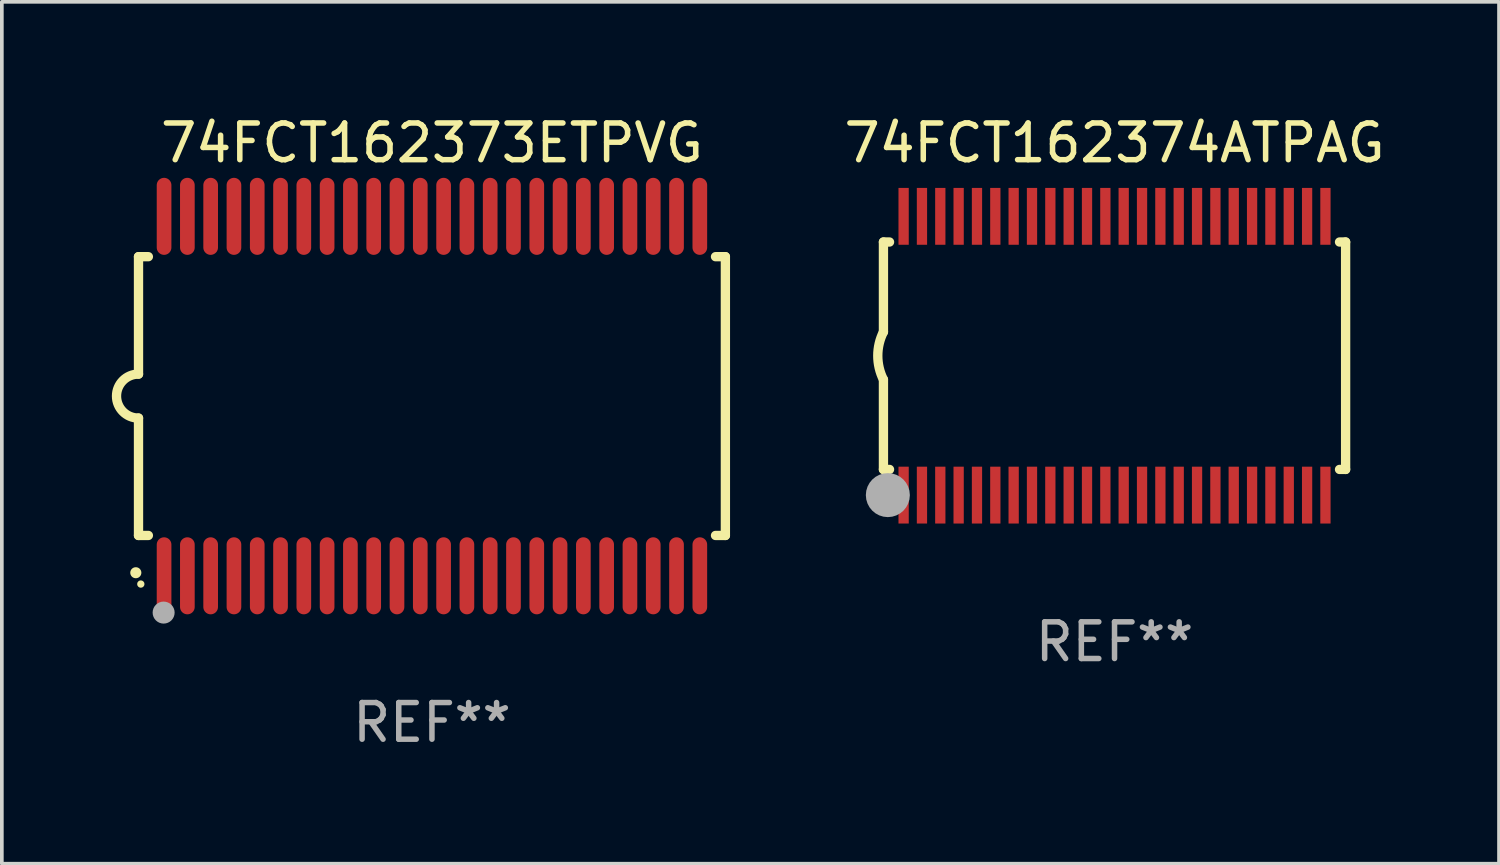
<source format=kicad_pcb>
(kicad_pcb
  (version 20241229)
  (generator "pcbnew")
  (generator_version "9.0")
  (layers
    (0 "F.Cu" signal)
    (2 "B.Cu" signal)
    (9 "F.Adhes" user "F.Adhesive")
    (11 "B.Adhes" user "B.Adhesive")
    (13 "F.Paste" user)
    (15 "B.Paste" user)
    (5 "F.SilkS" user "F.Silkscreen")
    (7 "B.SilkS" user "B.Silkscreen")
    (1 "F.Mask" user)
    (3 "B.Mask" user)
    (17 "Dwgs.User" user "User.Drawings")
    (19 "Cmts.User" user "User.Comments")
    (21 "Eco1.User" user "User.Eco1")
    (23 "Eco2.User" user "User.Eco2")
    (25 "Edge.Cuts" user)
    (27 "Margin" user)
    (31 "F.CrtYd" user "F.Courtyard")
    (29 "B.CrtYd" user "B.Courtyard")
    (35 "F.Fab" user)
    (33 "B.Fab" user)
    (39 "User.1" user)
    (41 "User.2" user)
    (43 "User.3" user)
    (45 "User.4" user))
  (footprint "74FCT162373ETPVG"
    (layer "F.Cu")
    (at 8.726 7.748)
    (property "Reference" "74FCT162373ETPVG" (at 0 -6.9 0) (layer "F.SilkS") (effects (font (size 1 1) (thickness 0.15))))
    (attr through_hole)
    (fp_line (start -8 -3.8) (end -8 -0.599) (stroke (width 0.254) (type solid)) (layer "F.SilkS"))
    (fp_line (start -8 -3.8) (end -7.731 -3.8) (stroke (width 0.254) (type solid)) (layer "F.SilkS"))
    (fp_line (start -8 3.8) (end -8 0.599) (stroke (width 0.254) (type solid)) (layer "F.SilkS"))
    (fp_line (start -7.731 3.8) (end -8 3.8) (stroke (width 0.254) (type solid)) (layer "F.SilkS"))
    (fp_line (start 7.731 -3.8) (end 8 -3.8) (stroke (width 0.254) (type solid)) (layer "F.SilkS"))
    (fp_line (start 8 -3.8) (end 8 3.8) (stroke (width 0.254) (type solid)) (layer "F.SilkS"))
    (fp_line (start 8 3.8) (end 7.731 3.8) (stroke (width 0.254) (type solid)) (layer "F.SilkS"))
    (fp_arc (start -8.074676 4.81585) (mid -8.073406 4.815845) (end -8.072136 4.81585) (stroke (width 0.3) (type solid)) (layer "F.SilkS"))
    (fp_arc (start -8.000025 0.6) (mid -8.598908 0.00056) (end -8.000027 -0.598882) (stroke (width 0.254001) (type solid)) (layer "F.SilkS"))
    (fp_circle (center -7.937 5.125) (end -7.887 5.125) (stroke (width 0.1) (type solid)) (fill no) (layer "F.SilkS"))
    (fp_circle (center -7.315 5.903) (end -7.165 5.903) (stroke (width 0.3) (type solid)) (fill no) (layer "F.Fab"))
    (fp_text user "REF**" (at 0 8.9 0) (layer "F.Fab") (effects (font (size 1 1) (thickness 0.15))))
    (pad "1" smd oval (at -7.303 4.9) (size 0.4 2.1) (layers "F.Cu" "F.Mask" "F.Paste"))
    (pad "2" smd oval (at -6.668 4.9) (size 0.4 2.1) (layers "F.Cu" "F.Mask" "F.Paste"))
    (pad "3" smd oval (at -6.033 4.9) (size 0.4 2.1) (layers "F.Cu" "F.Mask" "F.Paste"))
    (pad "4" smd oval (at -5.398 4.9) (size 0.4 2.1) (layers "F.Cu" "F.Mask" "F.Paste"))
    (pad "5" smd oval (at -4.763 4.9) (size 0.4 2.1) (layers "F.Cu" "F.Mask" "F.Paste"))
    (pad "6" smd oval (at -4.128 4.9) (size 0.4 2.1) (layers "F.Cu" "F.Mask" "F.Paste"))
    (pad "7" smd oval (at -3.493 4.9) (size 0.4 2.1) (layers "F.Cu" "F.Mask" "F.Paste"))
    (pad "8" smd oval (at -2.858 4.9) (size 0.4 2.1) (layers "F.Cu" "F.Mask" "F.Paste"))
    (pad "9" smd oval (at -2.223 4.9) (size 0.4 2.1) (layers "F.Cu" "F.Mask" "F.Paste"))
    (pad "10" smd oval (at -1.588 4.9) (size 0.4 2.1) (layers "F.Cu" "F.Mask" "F.Paste"))
    (pad "11" smd oval (at -0.953 4.9) (size 0.4 2.1) (layers "F.Cu" "F.Mask" "F.Paste"))
    (pad "12" smd oval (at -0.318 4.9) (size 0.4 2.1) (layers "F.Cu" "F.Mask" "F.Paste"))
    (pad "13" smd oval (at 0.318 4.9) (size 0.4 2.1) (layers "F.Cu" "F.Mask" "F.Paste"))
    (pad "14" smd oval (at 0.953 4.9) (size 0.4 2.1) (layers "F.Cu" "F.Mask" "F.Paste"))
    (pad "15" smd oval (at 1.588 4.9) (size 0.4 2.1) (layers "F.Cu" "F.Mask" "F.Paste"))
    (pad "16" smd oval (at 2.223 4.9) (size 0.4 2.1) (layers "F.Cu" "F.Mask" "F.Paste"))
    (pad "17" smd oval (at 2.858 4.9) (size 0.4 2.1) (layers "F.Cu" "F.Mask" "F.Paste"))
    (pad "18" smd oval (at 3.493 4.9) (size 0.4 2.1) (layers "F.Cu" "F.Mask" "F.Paste"))
    (pad "19" smd oval (at 4.128 4.9) (size 0.4 2.1) (layers "F.Cu" "F.Mask" "F.Paste"))
    (pad "20" smd oval (at 4.763 4.9) (size 0.4 2.1) (layers "F.Cu" "F.Mask" "F.Paste"))
    (pad "21" smd oval (at 5.398 4.9) (size 0.4 2.1) (layers "F.Cu" "F.Mask" "F.Paste"))
    (pad "22" smd oval (at 6.033 4.9) (size 0.4 2.1) (layers "F.Cu" "F.Mask" "F.Paste"))
    (pad "23" smd oval (at 6.668 4.9) (size 0.4 2.1) (layers "F.Cu" "F.Mask" "F.Paste"))
    (pad "24" smd oval (at 7.303 4.9) (size 0.4 2.1) (layers "F.Cu" "F.Mask" "F.Paste"))
    (pad "25" smd oval (at 7.303 -4.9 180) (size 0.4 2.1) (layers "F.Cu" "F.Mask" "F.Paste"))
    (pad "26" smd oval (at 6.668 -4.9 180) (size 0.4 2.1) (layers "F.Cu" "F.Mask" "F.Paste"))
    (pad "27" smd oval (at 6.033 -4.9 180) (size 0.4 2.1) (layers "F.Cu" "F.Mask" "F.Paste"))
    (pad "28" smd oval (at 5.398 -4.9 180) (size 0.4 2.1) (layers "F.Cu" "F.Mask" "F.Paste"))
    (pad "29" smd oval (at 4.763 -4.9 180) (size 0.4 2.1) (layers "F.Cu" "F.Mask" "F.Paste"))
    (pad "30" smd oval (at 4.128 -4.9 180) (size 0.4 2.1) (layers "F.Cu" "F.Mask" "F.Paste"))
    (pad "31" smd oval (at 3.493 -4.9 180) (size 0.4 2.1) (layers "F.Cu" "F.Mask" "F.Paste"))
    (pad "32" smd oval (at 2.858 -4.9 180) (size 0.4 2.1) (layers "F.Cu" "F.Mask" "F.Paste"))
    (pad "33" smd oval (at 2.223 -4.9 180) (size 0.4 2.1) (layers "F.Cu" "F.Mask" "F.Paste"))
    (pad "34" smd oval (at 1.588 -4.9 180) (size 0.4 2.1) (layers "F.Cu" "F.Mask" "F.Paste"))
    (pad "35" smd oval (at 0.953 -4.9 180) (size 0.4 2.1) (layers "F.Cu" "F.Mask" "F.Paste"))
    (pad "36" smd oval (at 0.318 -4.9 180) (size 0.4 2.1) (layers "F.Cu" "F.Mask" "F.Paste"))
    (pad "37" smd oval (at -0.318 -4.9 180) (size 0.4 2.1) (layers "F.Cu" "F.Mask" "F.Paste"))
    (pad "38" smd oval (at -0.953 -4.9 180) (size 0.4 2.1) (layers "F.Cu" "F.Mask" "F.Paste"))
    (pad "39" smd oval (at -1.588 -4.9 180) (size 0.4 2.1) (layers "F.Cu" "F.Mask" "F.Paste"))
    (pad "40" smd oval (at -2.223 -4.9 180) (size 0.4 2.1) (layers "F.Cu" "F.Mask" "F.Paste"))
    (pad "41" smd oval (at -2.858 -4.9 180) (size 0.4 2.1) (layers "F.Cu" "F.Mask" "F.Paste"))
    (pad "42" smd oval (at -3.493 -4.9 180) (size 0.4 2.1) (layers "F.Cu" "F.Mask" "F.Paste"))
    (pad "43" smd oval (at -4.128 -4.9 180) (size 0.4 2.1) (layers "F.Cu" "F.Mask" "F.Paste"))
    (pad "44" smd oval (at -4.763 -4.9 180) (size 0.4 2.1) (layers "F.Cu" "F.Mask" "F.Paste"))
    (pad "45" smd oval (at -5.398 -4.9 180) (size 0.4 2.1) (layers "F.Cu" "F.Mask" "F.Paste"))
    (pad "46" smd oval (at -6.033 -4.9 180) (size 0.4 2.1) (layers "F.Cu" "F.Mask" "F.Paste"))
    (pad "47" smd oval (at -6.668 -4.9 180) (size 0.4 2.1) (layers "F.Cu" "F.Mask" "F.Paste"))
    (pad "48" smd oval (at -7.303 -4.9 180) (size 0.4 2.1) (layers "F.Cu" "F.Mask" "F.Paste")))
  (footprint "74FCT162374ATPAG"
    (layer "F.Cu")
    (at 27.335 6.648)
    (property "Reference" "74FCT162374ATPAG" (at 0 -5.8 0) (layer "F.SilkS") (effects (font (size 1 1) (thickness 0.15))))
    (attr through_hole)
    (fp_line (start -6.3 -3.1) (end -6.3 -0.65) (stroke (width 0.254) (type solid)) (layer "F.SilkS"))
    (fp_line (start -6.3 -3.1) (end -6.134 -3.1) (stroke (width 0.254) (type solid)) (layer "F.SilkS"))
    (fp_line (start -6.3 3.1) (end -6.3 0.65) (stroke (width 0.254) (type solid)) (layer "F.SilkS"))
    (fp_line (start -6.3 3.1) (end -6.134 3.1) (stroke (width 0.254) (type solid)) (layer "F.SilkS"))
    (fp_line (start 6.134 -3.1) (end 6.3 -3.1) (stroke (width 0.254) (type solid)) (layer "F.SilkS"))
    (fp_line (start 6.134 3.1) (end 6.3 3.1) (stroke (width 0.254) (type solid)) (layer "F.SilkS"))
    (fp_line (start 6.3 -3.1) (end 6.3 3.1) (stroke (width 0.254) (type solid)) (layer "F.SilkS"))
    (fp_arc (start -6.301016 0.650114) (mid -6.45413 -0.000082) (end -6.3 -0.650038) (stroke (width 0.254001) (type solid)) (layer "F.SilkS"))
    (fp_circle (center -6.35 3.81) (end -6.223 3.81) (stroke (width 0.254) (type solid)) (fill no) (layer "F.SilkS"))
    (fp_circle (center -6.25 4.05) (end -6.22 4.05) (stroke (width 0.06) (type solid)) (fill no) (layer "F.SilkS"))
    (fp_circle (center -6.18 3.8) (end -5.88 3.8) (stroke (width 0.6) (type solid)) (fill no) (layer "F.Fab"))
    (fp_text user "REF**" (at 0 7.8 0) (layer "F.Fab") (effects (font (size 1 1) (thickness 0.15))))
    (pad "1" smd rect (at -5.75 3.8) (size 0.28 1.55) (layers "F.Cu" "F.Mask" "F.Paste"))
    (pad "2" smd rect (at -5.25 3.8) (size 0.28 1.55) (layers "F.Cu" "F.Mask" "F.Paste"))
    (pad "3" smd rect (at -4.75 3.8) (size 0.28 1.55) (layers "F.Cu" "F.Mask" "F.Paste"))
    (pad "4" smd rect (at -4.25 3.8) (size 0.28 1.55) (layers "F.Cu" "F.Mask" "F.Paste"))
    (pad "5" smd rect (at -3.75 3.8) (size 0.28 1.55) (layers "F.Cu" "F.Mask" "F.Paste"))
    (pad "6" smd rect (at -3.25 3.8) (size 0.28 1.55) (layers "F.Cu" "F.Mask" "F.Paste"))
    (pad "7" smd rect (at -2.75 3.8) (size 0.28 1.55) (layers "F.Cu" "F.Mask" "F.Paste"))
    (pad "8" smd rect (at -2.25 3.8) (size 0.28 1.55) (layers "F.Cu" "F.Mask" "F.Paste"))
    (pad "9" smd rect (at -1.75 3.8) (size 0.28 1.55) (layers "F.Cu" "F.Mask" "F.Paste"))
    (pad "10" smd rect (at -1.25 3.8) (size 0.28 1.55) (layers "F.Cu" "F.Mask" "F.Paste"))
    (pad "11" smd rect (at -0.75 3.8) (size 0.28 1.55) (layers "F.Cu" "F.Mask" "F.Paste"))
    (pad "12" smd rect (at -0.25 3.8) (size 0.28 1.55) (layers "F.Cu" "F.Mask" "F.Paste"))
    (pad "13" smd rect (at 0.25 3.8) (size 0.28 1.55) (layers "F.Cu" "F.Mask" "F.Paste"))
    (pad "14" smd rect (at 0.75 3.8) (size 0.28 1.55) (layers "F.Cu" "F.Mask" "F.Paste"))
    (pad "15" smd rect (at 1.25 3.8) (size 0.28 1.55) (layers "F.Cu" "F.Mask" "F.Paste"))
    (pad "16" smd rect (at 1.75 3.8) (size 0.28 1.55) (layers "F.Cu" "F.Mask" "F.Paste"))
    (pad "17" smd rect (at 2.25 3.8) (size 0.28 1.55) (layers "F.Cu" "F.Mask" "F.Paste"))
    (pad "18" smd rect (at 2.75 3.8) (size 0.28 1.55) (layers "F.Cu" "F.Mask" "F.Paste"))
    (pad "19" smd rect (at 3.25 3.8) (size 0.28 1.55) (layers "F.Cu" "F.Mask" "F.Paste"))
    (pad "20" smd rect (at 3.75 3.8) (size 0.28 1.55) (layers "F.Cu" "F.Mask" "F.Paste"))
    (pad "21" smd rect (at 4.25 3.8) (size 0.28 1.55) (layers "F.Cu" "F.Mask" "F.Paste"))
    (pad "22" smd rect (at 4.75 3.8) (size 0.28 1.55) (layers "F.Cu" "F.Mask" "F.Paste"))
    (pad "23" smd rect (at 5.25 3.8) (size 0.28 1.55) (layers "F.Cu" "F.Mask" "F.Paste"))
    (pad "24" smd rect (at 5.75 3.8) (size 0.28 1.55) (layers "F.Cu" "F.Mask" "F.Paste"))
    (pad "25" smd rect (at 5.75 -3.8) (size 0.28 1.55) (layers "F.Cu" "F.Mask" "F.Paste"))
    (pad "26" smd rect (at 5.25 -3.8) (size 0.28 1.55) (layers "F.Cu" "F.Mask" "F.Paste"))
    (pad "27" smd rect (at 4.75 -3.8) (size 0.28 1.55) (layers "F.Cu" "F.Mask" "F.Paste"))
    (pad "28" smd rect (at 4.25 -3.8) (size 0.28 1.55) (layers "F.Cu" "F.Mask" "F.Paste"))
    (pad "29" smd rect (at 3.75 -3.8) (size 0.28 1.55) (layers "F.Cu" "F.Mask" "F.Paste"))
    (pad "30" smd rect (at 3.25 -3.8) (size 0.28 1.55) (layers "F.Cu" "F.Mask" "F.Paste"))
    (pad "31" smd rect (at 2.75 -3.8) (size 0.28 1.55) (layers "F.Cu" "F.Mask" "F.Paste"))
    (pad "32" smd rect (at 2.25 -3.8) (size 0.28 1.55) (layers "F.Cu" "F.Mask" "F.Paste"))
    (pad "33" smd rect (at 1.75 -3.8) (size 0.28 1.55) (layers "F.Cu" "F.Mask" "F.Paste"))
    (pad "34" smd rect (at 1.25 -3.8) (size 0.28 1.55) (layers "F.Cu" "F.Mask" "F.Paste"))
    (pad "35" smd rect (at 0.75 -3.8) (size 0.28 1.55) (layers "F.Cu" "F.Mask" "F.Paste"))
    (pad "36" smd rect (at 0.25 -3.8) (size 0.28 1.55) (layers "F.Cu" "F.Mask" "F.Paste"))
    (pad "37" smd rect (at -0.25 -3.8) (size 0.28 1.55) (layers "F.Cu" "F.Mask" "F.Paste"))
    (pad "38" smd rect (at -0.75 -3.8) (size 0.28 1.55) (layers "F.Cu" "F.Mask" "F.Paste"))
    (pad "39" smd rect (at -1.25 -3.8) (size 0.28 1.55) (layers "F.Cu" "F.Mask" "F.Paste"))
    (pad "40" smd rect (at -1.75 -3.8) (size 0.28 1.55) (layers "F.Cu" "F.Mask" "F.Paste"))
    (pad "41" smd rect (at -2.25 -3.8) (size 0.28 1.55) (layers "F.Cu" "F.Mask" "F.Paste"))
    (pad "42" smd rect (at -2.75 -3.8) (size 0.28 1.55) (layers "F.Cu" "F.Mask" "F.Paste"))
    (pad "43" smd rect (at -3.25 -3.8) (size 0.28 1.55) (layers "F.Cu" "F.Mask" "F.Paste"))
    (pad "44" smd rect (at -3.75 -3.8) (size 0.28 1.55) (layers "F.Cu" "F.Mask" "F.Paste"))
    (pad "45" smd rect (at -4.25 -3.8) (size 0.28 1.55) (layers "F.Cu" "F.Mask" "F.Paste"))
    (pad "46" smd rect (at -4.75 -3.8) (size 0.28 1.55) (layers "F.Cu" "F.Mask" "F.Paste"))
    (pad "47" smd rect (at -5.25 -3.8) (size 0.28 1.55) (layers "F.Cu" "F.Mask" "F.Paste"))
    (pad "48" smd rect (at -5.75 -3.8) (size 0.28 1.55) (layers "F.Cu" "F.Mask" "F.Paste")))
  (gr_rect
    (start -3 -3)
    (end 37.817 20.496)
    (stroke (width 0.1) (type default))
    (fill no)
    (layer "Edge.Cuts")))
</source>
